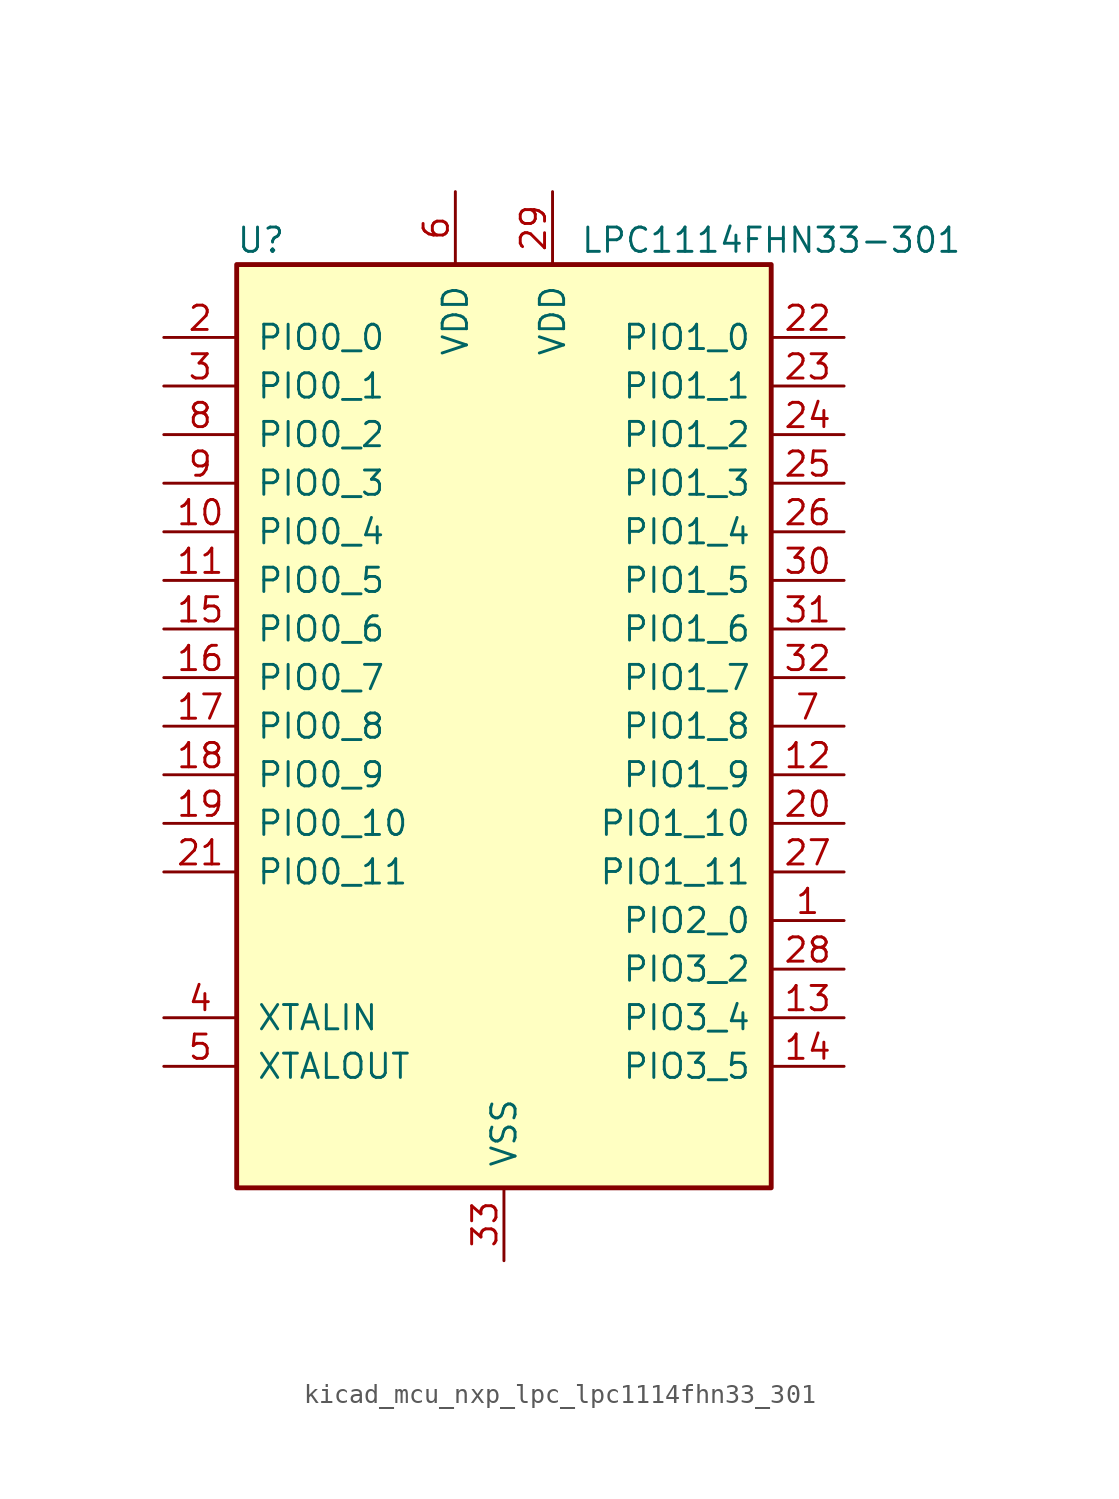
<source format=kicad_sym>
(kicad_symbol_lib
  (version 20220914)
  (generator kicad_symbol_editor)
  (symbol "kicad_mcu_nxp_lpc_lpc1114fhn33_301"
    (pin_names
      (offset 1.016))
    (property "Reference" "U"
      (at -12.7 25.4 0)
      (effects (font (size 1.27 1.27))))
    (property "Value" "LPC1114FHN33-301"
      (at 13.97 25.4 0)
      (effects (font (size 1.27 1.27))))
    (symbol "kicad_mcu_nxp_lpc_lpc1114fhn33_301_0_1"
      (rectangle (start -13.97 24.13) (end 13.97 -24.13) (stroke (width 0.254) (type default)) (fill (type background))))
    (symbol "kicad_mcu_nxp_lpc_lpc1114fhn33_301_1_1"
      (pin bidirectional line (at 17.78 -10.16 180) (length 3.81) (name "PIO2_0" (effects (font (size 1.27 1.27)))) (number "1" (effects (font (size 1.27 1.27)))))
      (pin bidirectional line (at -17.78 10.16 0) (length 3.81) (name "PIO0_4" (effects (font (size 1.27 1.27)))) (number "10" (effects (font (size 1.27 1.27)))))
      (pin bidirectional line (at -17.78 7.62 0) (length 3.81) (name "PIO0_5" (effects (font (size 1.27 1.27)))) (number "11" (effects (font (size 1.27 1.27)))))
      (pin bidirectional line (at 17.78 -2.54 180) (length 3.81) (name "PIO1_9" (effects (font (size 1.27 1.27)))) (number "12" (effects (font (size 1.27 1.27)))))
      (pin bidirectional line (at 17.78 -15.24 180) (length 3.81) (name "PIO3_4" (effects (font (size 1.27 1.27)))) (number "13" (effects (font (size 1.27 1.27)))))
      (pin bidirectional line (at 17.78 -17.78 180) (length 3.81) (name "PIO3_5" (effects (font (size 1.27 1.27)))) (number "14" (effects (font (size 1.27 1.27)))))
      (pin bidirectional line (at -17.78 5.08 0) (length 3.81) (name "PIO0_6" (effects (font (size 1.27 1.27)))) (number "15" (effects (font (size 1.27 1.27)))))
      (pin bidirectional line (at -17.78 2.54 0) (length 3.81) (name "PIO0_7" (effects (font (size 1.27 1.27)))) (number "16" (effects (font (size 1.27 1.27)))))
      (pin bidirectional line (at -17.78 0 0) (length 3.81) (name "PIO0_8" (effects (font (size 1.27 1.27)))) (number "17" (effects (font (size 1.27 1.27)))))
      (pin bidirectional line (at -17.78 -2.54 0) (length 3.81) (name "PIO0_9" (effects (font (size 1.27 1.27)))) (number "18" (effects (font (size 1.27 1.27)))))
      (pin bidirectional line (at -17.78 -5.08 0) (length 3.81) (name "PIO0_10" (effects (font (size 1.27 1.27)))) (number "19" (effects (font (size 1.27 1.27)))))
      (pin bidirectional line (at -17.78 20.32 0) (length 3.81) (name "PIO0_0" (effects (font (size 1.27 1.27)))) (number "2" (effects (font (size 1.27 1.27)))))
      (pin bidirectional line (at 17.78 -5.08 180) (length 3.81) (name "PIO1_10" (effects (font (size 1.27 1.27)))) (number "20" (effects (font (size 1.27 1.27)))))
      (pin bidirectional line (at -17.78 -7.62 0) (length 3.81) (name "PIO0_11" (effects (font (size 1.27 1.27)))) (number "21" (effects (font (size 1.27 1.27)))))
      (pin bidirectional line (at 17.78 20.32 180) (length 3.81) (name "PIO1_0" (effects (font (size 1.27 1.27)))) (number "22" (effects (font (size 1.27 1.27)))))
      (pin bidirectional line (at 17.78 17.78 180) (length 3.81) (name "PIO1_1" (effects (font (size 1.27 1.27)))) (number "23" (effects (font (size 1.27 1.27)))))
      (pin bidirectional line (at 17.78 15.24 180) (length 3.81) (name "PIO1_2" (effects (font (size 1.27 1.27)))) (number "24" (effects (font (size 1.27 1.27)))))
      (pin bidirectional line (at 17.78 12.7 180) (length 3.81) (name "PIO1_3" (effects (font (size 1.27 1.27)))) (number "25" (effects (font (size 1.27 1.27)))))
      (pin bidirectional line (at 17.78 10.16 180) (length 3.81) (name "PIO1_4" (effects (font (size 1.27 1.27)))) (number "26" (effects (font (size 1.27 1.27)))))
      (pin bidirectional line (at 17.78 -7.62 180) (length 3.81) (name "PIO1_11" (effects (font (size 1.27 1.27)))) (number "27" (effects (font (size 1.27 1.27)))))
      (pin bidirectional line (at 17.78 -12.7 180) (length 3.81) (name "PIO3_2" (effects (font (size 1.27 1.27)))) (number "28" (effects (font (size 1.27 1.27)))))
      (pin power_in line (at 2.54 27.94 270) (length 3.81) (name "VDD" (effects (font (size 1.27 1.27)))) (number "29" (effects (font (size 1.27 1.27)))))
      (pin bidirectional line (at -17.78 17.78 0) (length 3.81) (name "PIO0_1" (effects (font (size 1.27 1.27)))) (number "3" (effects (font (size 1.27 1.27)))))
      (pin bidirectional line (at 17.78 7.62 180) (length 3.81) (name "PIO1_5" (effects (font (size 1.27 1.27)))) (number "30" (effects (font (size 1.27 1.27)))))
      (pin bidirectional line (at 17.78 5.08 180) (length 3.81) (name "PIO1_6" (effects (font (size 1.27 1.27)))) (number "31" (effects (font (size 1.27 1.27)))))
      (pin bidirectional line (at 17.78 2.54 180) (length 3.81) (name "PIO1_7" (effects (font (size 1.27 1.27)))) (number "32" (effects (font (size 1.27 1.27)))))
      (pin power_in line (at 0 -27.94 90) (length 3.81) (name "VSS" (effects (font (size 1.27 1.27)))) (number "33" (effects (font (size 1.27 1.27)))))
      (pin input line (at -17.78 -15.24 0) (length 3.81) (name "XTALIN" (effects (font (size 1.27 1.27)))) (number "4" (effects (font (size 1.27 1.27)))))
      (pin output line (at -17.78 -17.78 0) (length 3.81) (name "XTALOUT" (effects (font (size 1.27 1.27)))) (number "5" (effects (font (size 1.27 1.27)))))
      (pin power_in line (at -2.54 27.94 270) (length 3.81) (name "VDD" (effects (font (size 1.27 1.27)))) (number "6" (effects (font (size 1.27 1.27)))))
      (pin bidirectional line (at 17.78 0 180) (length 3.81) (name "PIO1_8" (effects (font (size 1.27 1.27)))) (number "7" (effects (font (size 1.27 1.27)))))
      (pin bidirectional line (at -17.78 15.24 0) (length 3.81) (name "PIO0_2" (effects (font (size 1.27 1.27)))) (number "8" (effects (font (size 1.27 1.27)))))
      (pin bidirectional line (at -17.78 12.7 0) (length 3.81) (name "PIO0_3" (effects (font (size 1.27 1.27)))) (number "9" (effects (font (size 1.27 1.27))))))))
</source>
